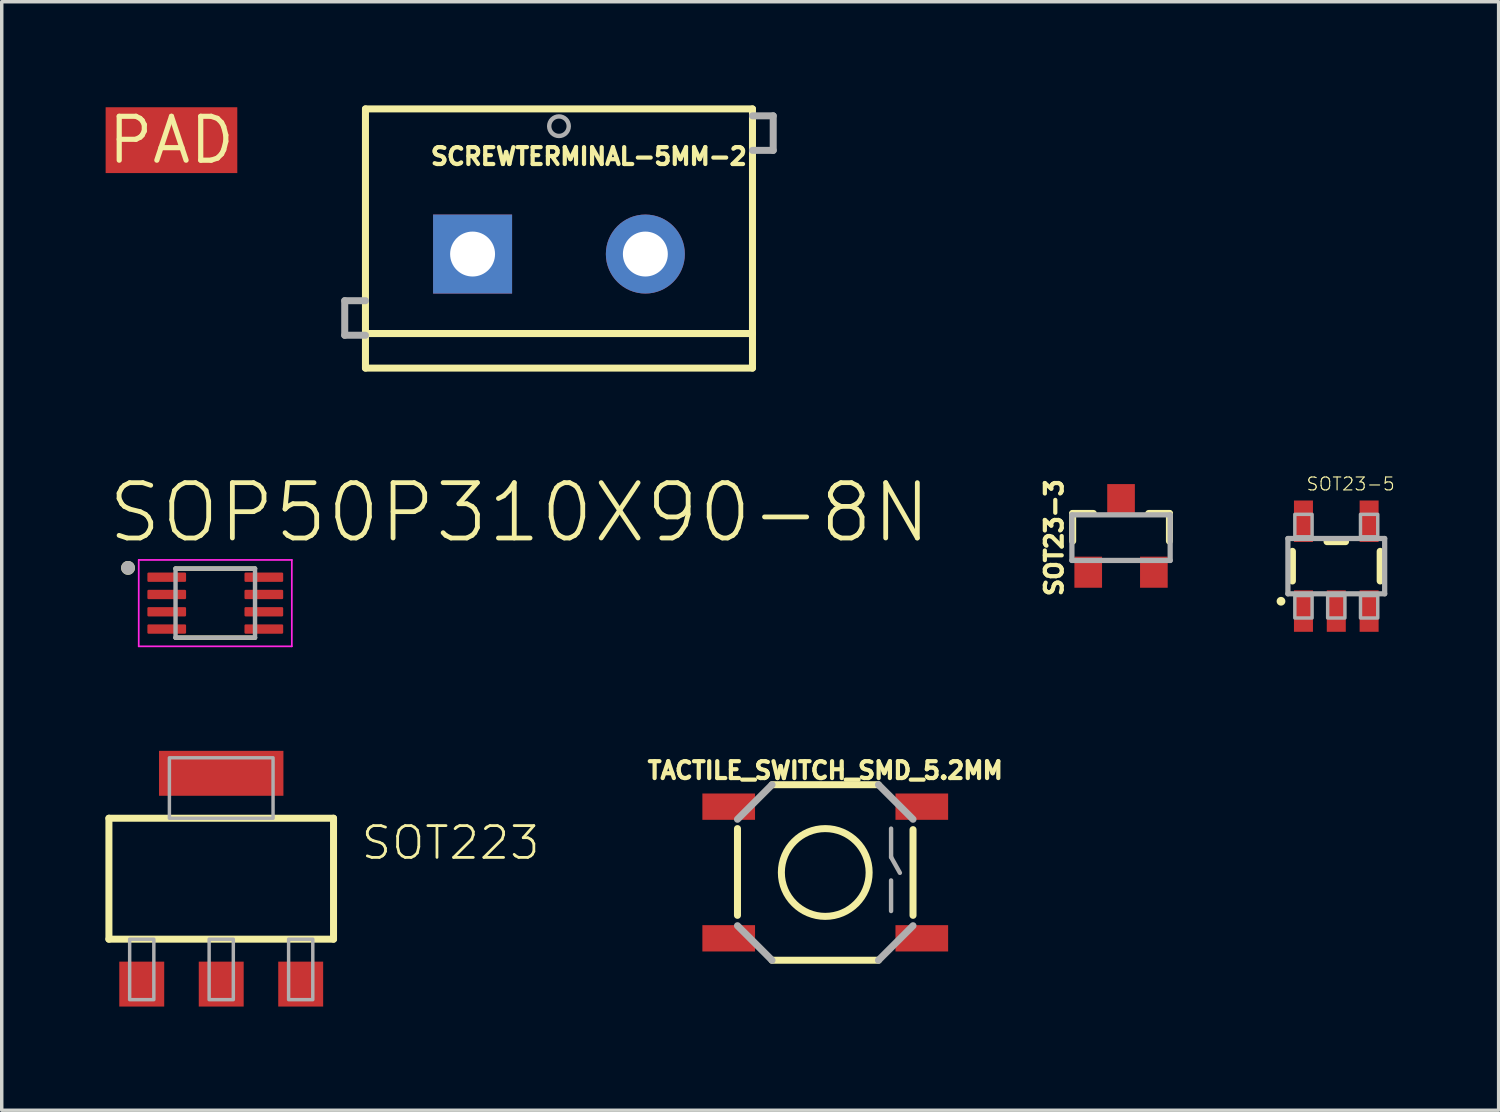
<source format=kicad_pcb>
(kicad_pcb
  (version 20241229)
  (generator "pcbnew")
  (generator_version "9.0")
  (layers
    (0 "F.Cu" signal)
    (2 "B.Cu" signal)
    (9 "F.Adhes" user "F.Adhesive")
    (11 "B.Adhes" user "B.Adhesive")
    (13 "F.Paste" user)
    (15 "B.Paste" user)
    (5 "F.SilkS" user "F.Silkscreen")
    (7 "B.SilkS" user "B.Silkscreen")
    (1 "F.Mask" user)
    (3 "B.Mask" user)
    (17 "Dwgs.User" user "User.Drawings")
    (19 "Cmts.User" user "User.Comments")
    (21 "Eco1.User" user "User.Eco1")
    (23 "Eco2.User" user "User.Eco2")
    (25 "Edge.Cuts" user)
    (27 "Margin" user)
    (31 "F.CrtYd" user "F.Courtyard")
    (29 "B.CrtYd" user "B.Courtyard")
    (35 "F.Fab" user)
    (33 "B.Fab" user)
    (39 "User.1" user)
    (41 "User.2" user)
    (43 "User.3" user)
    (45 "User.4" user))
  (footprint "SOT23-3"
    (layer "F.Cu")
    (at 29.392 12.509)
    (property "Reference" "SOT23-3" (at -1.651 0 90) (layer "F.SilkS") (effects (font (size 0.488 0.488) (thickness 0.122)) (justify bottom)))
    (fp_line (start -1.4 -0.7) (end -1.4 0.1) (stroke (width 0.203) (type solid)) (layer "F.SilkS"))
    (fp_line (start -0.8 -0.7) (end -1.4 -0.7) (stroke (width 0.203) (type solid)) (layer "F.SilkS"))
    (fp_line (start 0.8 -0.7) (end 1.4 -0.7) (stroke (width 0.203) (type solid)) (layer "F.SilkS"))
    (fp_line (start 1.4 -0.7) (end 1.4 0.1) (stroke (width 0.203) (type solid)) (layer "F.SilkS"))
    (fp_line (start -1.422 -0.66) (end 1.422 -0.66) (stroke (width 0.152) (type solid)) (layer "F.Fab"))
    (fp_line (start -1.422 0.66) (end -1.422 -0.66) (stroke (width 0.152) (type solid)) (layer "F.Fab"))
    (fp_line (start 1.422 -0.66) (end 1.422 0.66) (stroke (width 0.152) (type solid)) (layer "F.Fab"))
    (fp_line (start 1.422 0.66) (end -1.422 0.66) (stroke (width 0.152) (type solid)) (layer "F.Fab"))
    (pad "1" smd rect (at -0.95 1) (size 0.8 0.9) (layers "F.Cu" "F.Mask" "F.Paste"))
    (pad "2" smd rect (at 0.95 1) (size 0.8 0.9) (layers "F.Cu" "F.Mask" "F.Paste"))
    (pad "3" smd rect (at 0 -1.1) (size 0.8 0.9) (layers "F.Cu" "F.Mask" "F.Paste")))
  (footprint "SCREWTERMINAL-5MM-2"
    (layer "F.Cu")
    (at 10.626 4.302)
    (property "Reference" "SCREWTERMINAL-5MM-2" (at -1.27 -2.54 0) (layer "F.SilkS") (effects (font (size 0.488 0.488) (thickness 0.122)) (justify left bottom)))
    (fp_line (start -3.1 -4.2) (end 8.1 -4.2) (stroke (width 0.203) (type solid)) (layer "F.SilkS"))
    (fp_line (start -3.1 2.3) (end -3.1 -4.2) (stroke (width 0.203) (type solid)) (layer "F.SilkS"))
    (fp_line (start -3.1 3.3) (end -3.1 2.3) (stroke (width 0.203) (type solid)) (layer "F.SilkS"))
    (fp_line (start 8.1 -4.2) (end 8.1 2.3) (stroke (width 0.203) (type solid)) (layer "F.SilkS"))
    (fp_line (start 8.1 2.3) (end -3.1 2.3) (stroke (width 0.203) (type solid)) (layer "F.SilkS"))
    (fp_line (start 8.1 2.3) (end 8.1 3.3) (stroke (width 0.203) (type solid)) (layer "F.SilkS"))
    (fp_line (start 8.1 3.3) (end -3.1 3.3) (stroke (width 0.203) (type solid)) (layer "F.SilkS"))
    (fp_line (start -3.7 1.35) (end -3.7 2.35) (stroke (width 0.203) (type solid)) (layer "F.Fab"))
    (fp_line (start -3.7 2.35) (end -3.1 2.35) (stroke (width 0.203) (type solid)) (layer "F.Fab"))
    (fp_line (start -3.1 1.35) (end -3.7 1.35) (stroke (width 0.203) (type solid)) (layer "F.Fab"))
    (fp_line (start 8.1 -4) (end 8.7 -4) (stroke (width 0.203) (type solid)) (layer "F.Fab"))
    (fp_line (start 8.7 -4) (end 8.7 -3) (stroke (width 0.203) (type solid)) (layer "F.Fab"))
    (fp_line (start 8.7 -3) (end 8.1 -3) (stroke (width 0.203) (type solid)) (layer "F.Fab"))
    (fp_circle (center 2.5 -3.7) (end 2.783 -3.7) (stroke (width 0.127) (type solid)) (fill no) (layer "F.Fab"))
    (pad "1" thru_hole rect (at 0 0) (size 2.286 2.286) (drill 1.3) (layers "*.Cu" "*.Mask"))
    (pad "2" thru_hole circle (at 5 0) (size 2.286 2.286) (drill 1.3) (layers "*.Cu" "*.Mask")))
  (footprint "SOP50P310X90-8N"
    (layer "F.Cu")
    (at 3.18 14.404)
    (property "Reference" "SOP50P310X90-8N" (at -3.18 -1.682 0) (layer "F.SilkS") (effects (font (size 1.601 1.601) (thickness 0.139)) (justify left bottom)))
    (fp_line (start -1.15 -1) (end 1.15 -1) (stroke (width 0.127) (type solid)) (layer "F.SilkS"))
    (fp_line (start -1.15 1) (end 1.15 1) (stroke (width 0.127) (type solid)) (layer "F.SilkS"))
    (fp_circle (center -2.525 -1.02) (end -2.425 -1.02) (stroke (width 0.2) (type solid)) (fill yes) (layer "F.SilkS"))
    (fp_line (start -2.215 -1.25) (end -2.215 1.25) (stroke (width 0.05) (type solid)) (layer "F.CrtYd"))
    (fp_line (start -2.215 -1.25) (end 2.215 -1.25) (stroke (width 0.05) (type solid)) (layer "F.CrtYd"))
    (fp_line (start -2.215 1.25) (end 2.215 1.25) (stroke (width 0.05) (type solid)) (layer "F.CrtYd"))
    (fp_line (start 2.215 -1.25) (end 2.215 1.25) (stroke (width 0.05) (type solid)) (layer "F.CrtYd"))
    (fp_line (start -1.15 -1) (end -1.15 1) (stroke (width 0.127) (type solid)) (layer "F.Fab"))
    (fp_line (start -1.15 -1) (end 1.15 -1) (stroke (width 0.127) (type solid)) (layer "F.Fab"))
    (fp_line (start -1.15 1) (end 1.15 1) (stroke (width 0.127) (type solid)) (layer "F.Fab"))
    (fp_line (start 1.15 -1) (end 1.15 1) (stroke (width 0.127) (type solid)) (layer "F.Fab"))
    (fp_circle (center -2.525 -1.02) (end -2.425 -1.02) (stroke (width 0.2) (type solid)) (fill no) (layer "F.Fab"))
    (pad "1" smd roundrect (at -1.405 -0.75) (size 1.12 0.27) (layers "F.Cu" "F.Mask" "F.Paste") (roundrect_rratio 0.125))
    (pad "2" smd roundrect (at -1.405 -0.25) (size 1.12 0.27) (layers "F.Cu" "F.Mask" "F.Paste") (roundrect_rratio 0.125))
    (pad "3" smd roundrect (at -1.405 0.25) (size 1.12 0.27) (layers "F.Cu" "F.Mask" "F.Paste") (roundrect_rratio 0.125))
    (pad "4" smd roundrect (at -1.405 0.75) (size 1.12 0.27) (layers "F.Cu" "F.Mask" "F.Paste") (roundrect_rratio 0.125))
    (pad "5" smd roundrect (at 1.405 0.75) (size 1.12 0.27) (layers "F.Cu" "F.Mask" "F.Paste") (roundrect_rratio 0.125))
    (pad "6" smd roundrect (at 1.405 0.25) (size 1.12 0.27) (layers "F.Cu" "F.Mask" "F.Paste") (roundrect_rratio 0.125))
    (pad "7" smd roundrect (at 1.405 -0.25) (size 1.12 0.27) (layers "F.Cu" "F.Mask" "F.Paste") (roundrect_rratio 0.125))
    (pad "8" smd roundrect (at 1.405 -0.75) (size 1.12 0.27) (layers "F.Cu" "F.Mask" "F.Paste") (roundrect_rratio 0.125)))
  (footprint "PAD"
    (layer "F.Cu")
    (at 1.912 1.006)
    (property "Reference" "PAD" (at 0 0 0) (layer "F.SilkS") (effects (font (size 1.27 1.27) (thickness 0.15))))
    (pad "P$1" smd rect (at 0 0) (size 3.81 1.905) (layers "F.Cu" "F.Mask")))
  (footprint "SOT223"
    (layer "F.Cu")
    (at 3.352 22.379)
    (property "Reference" "SOT223" (at 4 -0.5 0) (layer "F.SilkS") (effects (font (size 0.92 0.92) (thickness 0.08)) (justify left bottom)))
    (fp_line (start -3.25 -1.75) (end 3.25 -1.75) (stroke (width 0.203) (type solid)) (layer "F.SilkS"))
    (fp_line (start -3.25 1.75) (end -3.25 -1.75) (stroke (width 0.203) (type solid)) (layer "F.SilkS"))
    (fp_line (start 3.25 -1.75) (end 3.25 1.75) (stroke (width 0.203) (type solid)) (layer "F.SilkS"))
    (fp_line (start 3.25 1.75) (end -3.25 1.75) (stroke (width 0.203) (type solid)) (layer "F.SilkS"))
    (fp_poly (pts (xy -1.75 -2.45) (xy -0.15 -2.45) (xy -0.15 -3.65) (xy -1.75 -3.65)) (stroke (width 0) (type solid)) (fill yes) (layer "F.Paste"))
    (fp_poly (pts (xy 0.15 -2.45) (xy 1.75 -2.45) (xy 1.75 -3.65) (xy 0.15 -3.65)) (stroke (width 0) (type solid)) (fill yes) (layer "F.Paste"))
    (fp_poly (pts (xy -2.65 3.5) (xy -1.95 3.5) (xy -1.95 1.75) (xy -2.65 1.75)) (stroke (width 0.1) (type solid)) (fill no) (layer "F.Fab"))
    (fp_poly (pts (xy -1.5 -1.75) (xy 1.5 -1.75) (xy 1.5 -3.5) (xy -1.5 -3.5)) (stroke (width 0.1) (type solid)) (fill no) (layer "F.Fab"))
    (fp_poly (pts (xy -0.35 3.5) (xy 0.35 3.5) (xy 0.35 1.75) (xy -0.35 1.75)) (stroke (width 0.1) (type solid)) (fill no) (layer "F.Fab"))
    (fp_poly (pts (xy 1.95 3.5) (xy 2.65 3.5) (xy 2.65 1.75) (xy 1.95 1.75)) (stroke (width 0.1) (type solid)) (fill no) (layer "F.Fab"))
    (pad "1" smd rect (at -2.3 3.05) (size 1.3 1.3) (layers "F.Cu" "F.Mask" "F.Paste"))
    (pad "2" smd rect (at 0 3.05) (size 1.3 1.3) (layers "F.Cu" "F.Mask" "F.Paste"))
    (pad "3" smd rect (at 2.3 3.05) (size 1.3 1.3) (layers "F.Cu" "F.Mask" "F.Paste"))
    (pad "4" smd rect (at 0 -3.05) (size 3.6 1.3) (layers "F.Cu" "F.Mask")))
  (footprint "TACTILE_SWITCH_SMD_5.2MM"
    (layer "F.Cu")
    (at 20.832 22.199)
    (property "Reference" "TACTILE_SWITCH_SMD_5.2MM" (at 0 -2.667 0) (layer "F.SilkS") (effects (font (size 0.488 0.488) (thickness 0.122)) (justify bottom)))
    (fp_line (start -2.54 1.24) (end -2.54 -1.27) (stroke (width 0.203) (type solid)) (layer "F.SilkS"))
    (fp_line (start -1.54 -2.54) (end 1.54 -2.54) (stroke (width 0.203) (type solid)) (layer "F.SilkS"))
    (fp_line (start 1.54 2.54) (end -1.54 2.54) (stroke (width 0.203) (type solid)) (layer "F.SilkS"))
    (fp_line (start 2.54 -1.24) (end 2.54 1.24) (stroke (width 0.203) (type solid)) (layer "F.SilkS"))
    (fp_circle (center 0 0) (end 1.27 0) (stroke (width 0.203) (type solid)) (fill no) (layer "F.SilkS"))
    (fp_line (start -2.54 -1.54) (end -1.54 -2.54) (stroke (width 0.203) (type solid)) (layer "F.Fab"))
    (fp_line (start -1.54 2.54) (end -2.54 1.54) (stroke (width 0.203) (type solid)) (layer "F.Fab"))
    (fp_line (start 1.54 -2.54) (end 2.54 -1.54) (stroke (width 0.203) (type solid)) (layer "F.Fab"))
    (fp_line (start 1.905 -1.27) (end 1.905 -0.445) (stroke (width 0.127) (type solid)) (layer "F.Fab"))
    (fp_line (start 1.905 -0.445) (end 2.16 0.01) (stroke (width 0.127) (type solid)) (layer "F.Fab"))
    (fp_line (start 1.905 0.23) (end 1.905 1.115) (stroke (width 0.127) (type solid)) (layer "F.Fab"))
    (fp_line (start 2.54 1.54) (end 1.54 2.54) (stroke (width 0.203) (type solid)) (layer "F.Fab"))
    (pad "1" smd rect (at -2.794 -1.905 90) (size 0.762 1.524) (layers "F.Cu" "F.Mask" "F.Paste"))
    (pad "2" smd rect (at 2.794 -1.905 90) (size 0.762 1.524) (layers "F.Cu" "F.Mask" "F.Paste"))
    (pad "3" smd rect (at -2.794 1.905 90) (size 0.762 1.524) (layers "F.Cu" "F.Mask" "F.Paste"))
    (pad "4" smd rect (at 2.794 1.905 90) (size 0.762 1.524) (layers "F.Cu" "F.Mask" "F.Paste")))
  (footprint "SOT23-5"
    (layer "F.Cu")
    (at 35.621 13.334)
    (property "Reference" "SOT23-5" (at -0.889 -2.159 0) (layer "F.SilkS") (effects (font (size 0.374 0.374) (thickness 0.033)) (justify left bottom)))
    (fp_line (start -1.27 0.429) (end -1.27 -0.429) (stroke (width 0.203) (type solid)) (layer "F.SilkS"))
    (fp_line (start -0.268 -0.709) (end 0.268 -0.709) (stroke (width 0.203) (type solid)) (layer "F.SilkS"))
    (fp_line (start 1.27 -0.429) (end 1.27 0.429) (stroke (width 0.203) (type solid)) (layer "F.SilkS"))
    (fp_circle (center -1.6 1.016) (end -1.537 1.016) (stroke (width 0.127) (type solid)) (fill yes) (layer "F.SilkS"))
    (fp_line (start -1.4 -0.8) (end -1.4 0.8) (stroke (width 0.152) (type solid)) (layer "F.Fab"))
    (fp_line (start -1.4 -0.8) (end 1.4 -0.8) (stroke (width 0.152) (type solid)) (layer "F.Fab"))
    (fp_line (start 1.4 -0.8) (end 1.4 0.8) (stroke (width 0.152) (type solid)) (layer "F.Fab"))
    (fp_line (start 1.4 0.8) (end -1.4 0.8) (stroke (width 0.152) (type solid)) (layer "F.Fab"))
    (fp_poly (pts (xy -1.2 -0.85) (xy -0.7 -0.85) (xy -0.7 -1.5) (xy -1.2 -1.5)) (stroke (width 0.1) (type solid)) (fill no) (layer "F.Fab"))
    (fp_poly (pts (xy -1.2 1.5) (xy -0.7 1.5) (xy -0.7 0.85) (xy -1.2 0.85)) (stroke (width 0.1) (type solid)) (fill no) (layer "F.Fab"))
    (fp_poly (pts (xy -0.25 1.5) (xy 0.25 1.5) (xy 0.25 0.85) (xy -0.25 0.85)) (stroke (width 0.1) (type solid)) (fill no) (layer "F.Fab"))
    (fp_poly (pts (xy 0.7 -0.85) (xy 1.2 -0.85) (xy 1.2 -1.5) (xy 0.7 -1.5)) (stroke (width 0.1) (type solid)) (fill no) (layer "F.Fab"))
    (fp_poly (pts (xy 0.7 1.5) (xy 1.2 1.5) (xy 1.2 0.85) (xy 0.7 0.85)) (stroke (width 0.1) (type solid)) (fill no) (layer "F.Fab"))
    (pad "1" smd rect (at -0.95 1.3) (size 0.55 1.2) (layers "F.Cu" "F.Mask" "F.Paste"))
    (pad "2" smd rect (at 0 1.3) (size 0.55 1.2) (layers "F.Cu" "F.Mask" "F.Paste"))
    (pad "3" smd rect (at 0.95 1.3) (size 0.55 1.2) (layers "F.Cu" "F.Mask" "F.Paste"))
    (pad "4" smd rect (at 0.95 -1.3) (size 0.55 1.2) (layers "F.Cu" "F.Mask" "F.Paste"))
    (pad "5" smd rect (at -0.95 -1.3) (size 0.55 1.2) (layers "F.Cu" "F.Mask" "F.Paste")))
  (gr_rect
    (start -3 -3)
    (end 40.319 29.079)
    (stroke (width 0.1) (type default))
    (fill no)
    (layer "Edge.Cuts")))
</source>
